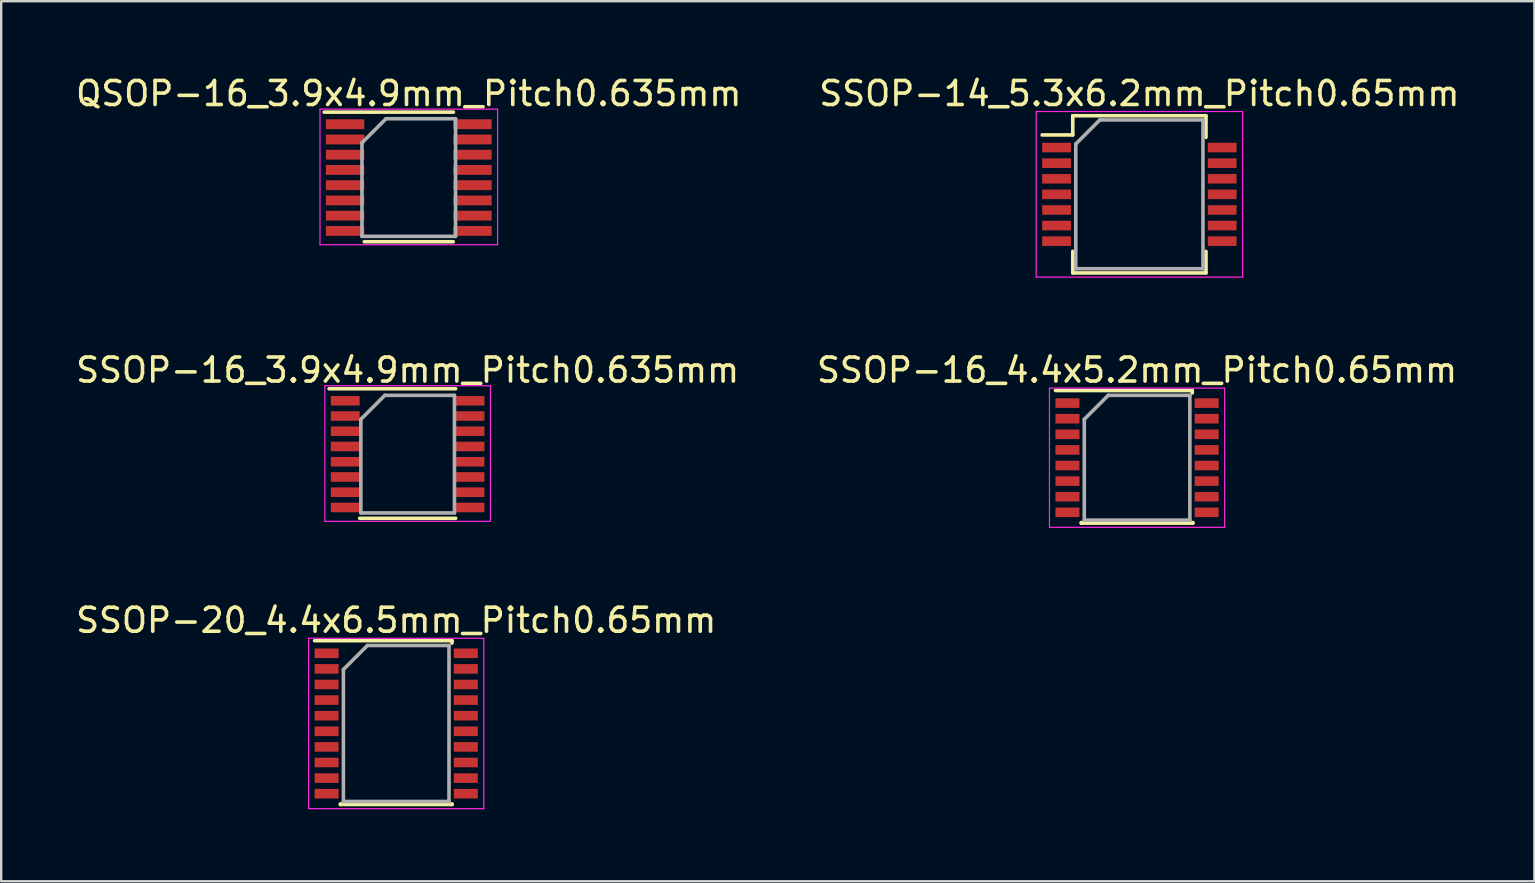
<source format=kicad_pcb>
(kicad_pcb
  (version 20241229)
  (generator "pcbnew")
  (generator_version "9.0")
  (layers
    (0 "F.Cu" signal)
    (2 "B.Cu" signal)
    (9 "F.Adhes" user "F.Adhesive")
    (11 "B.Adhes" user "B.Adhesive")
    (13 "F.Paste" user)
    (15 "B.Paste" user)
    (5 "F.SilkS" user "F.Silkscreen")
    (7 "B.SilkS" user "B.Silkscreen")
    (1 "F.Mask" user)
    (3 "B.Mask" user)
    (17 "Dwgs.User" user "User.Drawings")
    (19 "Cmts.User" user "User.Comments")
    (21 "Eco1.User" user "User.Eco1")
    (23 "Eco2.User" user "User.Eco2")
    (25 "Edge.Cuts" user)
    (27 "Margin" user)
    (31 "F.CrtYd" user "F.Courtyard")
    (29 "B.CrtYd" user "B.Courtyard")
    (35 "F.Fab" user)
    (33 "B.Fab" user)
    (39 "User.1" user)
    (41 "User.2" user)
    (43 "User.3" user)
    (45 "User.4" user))
  (footprint "SSOP-20_4.4x6.5mm_Pitch0.65mm"
    (layer "F.Cu")
    (at 13.458 27.095)
    (property "Reference" "SSOP-20_4.4x6.5mm_Pitch0.65mm" (at 0 -4.3 0) (layer "F.SilkS") (effects (font (size 1 1) (thickness 0.15))))
    (attr smd)
    (fp_line (start -3.4 -3.45) (end 2.325 -3.45) (stroke (width 0.15) (type solid)) (layer "F.SilkS"))
    (fp_line (start -2.325 3.375) (end -2.325 3.35) (stroke (width 0.15) (type solid)) (layer "F.SilkS"))
    (fp_line (start -2.325 3.375) (end 2.325 3.375) (stroke (width 0.15) (type solid)) (layer "F.SilkS"))
    (fp_line (start 2.325 -3.45) (end 2.325 -3.35) (stroke (width 0.15) (type solid)) (layer "F.SilkS"))
    (fp_line (start 2.325 3.375) (end 2.325 3.35) (stroke (width 0.15) (type solid)) (layer "F.SilkS"))
    (fp_line (start -3.65 -3.55) (end -3.65 3.55) (stroke (width 0.05) (type solid)) (layer "F.CrtYd"))
    (fp_line (start -3.65 -3.55) (end 3.65 -3.55) (stroke (width 0.05) (type solid)) (layer "F.CrtYd"))
    (fp_line (start -3.65 3.55) (end 3.65 3.55) (stroke (width 0.05) (type solid)) (layer "F.CrtYd"))
    (fp_line (start 3.65 -3.55) (end 3.65 3.55) (stroke (width 0.05) (type solid)) (layer "F.CrtYd"))
    (fp_line (start -2.2 -2.25) (end -1.2 -3.25) (stroke (width 0.15) (type solid)) (layer "F.Fab"))
    (fp_line (start -2.2 3.25) (end -2.2 -2.25) (stroke (width 0.15) (type solid)) (layer "F.Fab"))
    (fp_line (start -1.2 -3.25) (end 2.2 -3.25) (stroke (width 0.15) (type solid)) (layer "F.Fab"))
    (fp_line (start 2.2 -3.25) (end 2.2 3.25) (stroke (width 0.15) (type solid)) (layer "F.Fab"))
    (fp_line (start 2.2 3.25) (end -2.2 3.25) (stroke (width 0.15) (type solid)) (layer "F.Fab"))
    (pad "1" smd rect (at -2.9 -2.925) (size 1 0.4) (layers "F.Cu" "F.Mask" "F.Paste"))
    (pad "2" smd rect (at -2.9 -2.275) (size 1 0.4) (layers "F.Cu" "F.Mask" "F.Paste"))
    (pad "3" smd rect (at -2.9 -1.625) (size 1 0.4) (layers "F.Cu" "F.Mask" "F.Paste"))
    (pad "4" smd rect (at -2.9 -0.975) (size 1 0.4) (layers "F.Cu" "F.Mask" "F.Paste"))
    (pad "5" smd rect (at -2.9 -0.325) (size 1 0.4) (layers "F.Cu" "F.Mask" "F.Paste"))
    (pad "6" smd rect (at -2.9 0.325) (size 1 0.4) (layers "F.Cu" "F.Mask" "F.Paste"))
    (pad "7" smd rect (at -2.9 0.975) (size 1 0.4) (layers "F.Cu" "F.Mask" "F.Paste"))
    (pad "8" smd rect (at -2.9 1.625) (size 1 0.4) (layers "F.Cu" "F.Mask" "F.Paste"))
    (pad "9" smd rect (at -2.9 2.275) (size 1 0.4) (layers "F.Cu" "F.Mask" "F.Paste"))
    (pad "10" smd rect (at -2.9 2.925) (size 1 0.4) (layers "F.Cu" "F.Mask" "F.Paste"))
    (pad "11" smd rect (at 2.9 2.925) (size 1 0.4) (layers "F.Cu" "F.Mask" "F.Paste"))
    (pad "12" smd rect (at 2.9 2.275) (size 1 0.4) (layers "F.Cu" "F.Mask" "F.Paste"))
    (pad "13" smd rect (at 2.9 1.625) (size 1 0.4) (layers "F.Cu" "F.Mask" "F.Paste"))
    (pad "14" smd rect (at 2.9 0.975) (size 1 0.4) (layers "F.Cu" "F.Mask" "F.Paste"))
    (pad "15" smd rect (at 2.9 0.325) (size 1 0.4) (layers "F.Cu" "F.Mask" "F.Paste"))
    (pad "16" smd rect (at 2.9 -0.325) (size 1 0.4) (layers "F.Cu" "F.Mask" "F.Paste"))
    (pad "17" smd rect (at 2.9 -0.975) (size 1 0.4) (layers "F.Cu" "F.Mask" "F.Paste"))
    (pad "18" smd rect (at 2.9 -1.625) (size 1 0.4) (layers "F.Cu" "F.Mask" "F.Paste"))
    (pad "19" smd rect (at 2.9 -2.275) (size 1 0.4) (layers "F.Cu" "F.Mask" "F.Paste"))
    (pad "20" smd rect (at 2.9 -2.925) (size 1 0.4) (layers "F.Cu" "F.Mask" "F.Paste")))
  (footprint "SSOP-14_5.3x6.2mm_Pitch0.65mm"
    (layer "F.Cu")
    (at 44.423 5.048)
    (property "Reference" "SSOP-14_5.3x6.2mm_Pitch0.65mm" (at 0 -4.2 0) (layer "F.SilkS") (effects (font (size 1 1) (thickness 0.15))))
    (attr smd)
    (fp_line (start -2.775 -3.275) (end -2.775 -2.475) (stroke (width 0.15) (type solid)) (layer "F.SilkS"))
    (fp_line (start -2.775 -3.275) (end 2.775 -3.275) (stroke (width 0.15) (type solid)) (layer "F.SilkS"))
    (fp_line (start -2.775 -2.475) (end -4.05 -2.475) (stroke (width 0.15) (type solid)) (layer "F.SilkS"))
    (fp_line (start -2.775 3.275) (end -2.775 2.375) (stroke (width 0.15) (type solid)) (layer "F.SilkS"))
    (fp_line (start -2.775 3.275) (end 2.775 3.275) (stroke (width 0.15) (type solid)) (layer "F.SilkS"))
    (fp_line (start 2.775 -3.275) (end 2.775 -2.375) (stroke (width 0.15) (type solid)) (layer "F.SilkS"))
    (fp_line (start 2.775 3.275) (end 2.775 2.375) (stroke (width 0.15) (type solid)) (layer "F.SilkS"))
    (fp_line (start -4.3 -3.45) (end -4.3 3.45) (stroke (width 0.05) (type solid)) (layer "F.CrtYd"))
    (fp_line (start -4.3 -3.45) (end 4.3 -3.45) (stroke (width 0.05) (type solid)) (layer "F.CrtYd"))
    (fp_line (start -4.3 3.45) (end 4.3 3.45) (stroke (width 0.05) (type solid)) (layer "F.CrtYd"))
    (fp_line (start 4.3 -3.45) (end 4.3 3.45) (stroke (width 0.05) (type solid)) (layer "F.CrtYd"))
    (fp_line (start -2.65 -2.1) (end -1.65 -3.1) (stroke (width 0.15) (type solid)) (layer "F.Fab"))
    (fp_line (start -2.65 3.1) (end -2.65 -2.1) (stroke (width 0.15) (type solid)) (layer "F.Fab"))
    (fp_line (start -1.65 -3.1) (end 2.65 -3.1) (stroke (width 0.15) (type solid)) (layer "F.Fab"))
    (fp_line (start 2.65 -3.1) (end 2.65 3.1) (stroke (width 0.15) (type solid)) (layer "F.Fab"))
    (fp_line (start 2.65 3.1) (end -2.65 3.1) (stroke (width 0.15) (type solid)) (layer "F.Fab"))
    (pad "1" smd rect (at -3.45 -1.95) (size 1.2 0.4) (layers "F.Cu" "F.Mask" "F.Paste"))
    (pad "2" smd rect (at -3.45 -1.3) (size 1.2 0.4) (layers "F.Cu" "F.Mask" "F.Paste"))
    (pad "3" smd rect (at -3.45 -0.65) (size 1.2 0.4) (layers "F.Cu" "F.Mask" "F.Paste"))
    (pad "4" smd rect (at -3.45 0) (size 1.2 0.4) (layers "F.Cu" "F.Mask" "F.Paste"))
    (pad "5" smd rect (at -3.45 0.65) (size 1.2 0.4) (layers "F.Cu" "F.Mask" "F.Paste"))
    (pad "6" smd rect (at -3.45 1.3) (size 1.2 0.4) (layers "F.Cu" "F.Mask" "F.Paste"))
    (pad "7" smd rect (at -3.45 1.95) (size 1.2 0.4) (layers "F.Cu" "F.Mask" "F.Paste"))
    (pad "8" smd rect (at 3.45 1.95) (size 1.2 0.4) (layers "F.Cu" "F.Mask" "F.Paste"))
    (pad "9" smd rect (at 3.45 1.3) (size 1.2 0.4) (layers "F.Cu" "F.Mask" "F.Paste"))
    (pad "10" smd rect (at 3.45 0.65) (size 1.2 0.4) (layers "F.Cu" "F.Mask" "F.Paste"))
    (pad "11" smd rect (at 3.45 0) (size 1.2 0.4) (layers "F.Cu" "F.Mask" "F.Paste"))
    (pad "12" smd rect (at 3.45 -0.65) (size 1.2 0.4) (layers "F.Cu" "F.Mask" "F.Paste"))
    (pad "13" smd rect (at 3.45 -1.3) (size 1.2 0.4) (layers "F.Cu" "F.Mask" "F.Paste"))
    (pad "14" smd rect (at 3.45 -1.95) (size 1.2 0.4) (layers "F.Cu" "F.Mask" "F.Paste")))
  (footprint "QSOP-16_3.9x4.9mm_Pitch0.635mm"
    (layer "F.Cu")
    (at 13.982 4.348)
    (property "Reference" "QSOP-16_3.9x4.9mm_Pitch0.635mm" (at 0 -3.5 0) (layer "F.SilkS") (effects (font (size 1 1) (thickness 0.15))))
    (attr smd)
    (fp_line (start -3.525 -2.725) (end 1.859 -2.725) (stroke (width 0.15) (type solid)) (layer "F.SilkS"))
    (fp_line (start -1.854 2.675) (end 1.854 2.675) (stroke (width 0.15) (type solid)) (layer "F.SilkS"))
    (fp_line (start -3.7 -2.85) (end -3.7 2.8) (stroke (width 0.05) (type solid)) (layer "F.CrtYd"))
    (fp_line (start -3.7 -2.85) (end 3.7 -2.85) (stroke (width 0.05) (type solid)) (layer "F.CrtYd"))
    (fp_line (start -3.7 2.8) (end 3.7 2.8) (stroke (width 0.05) (type solid)) (layer "F.CrtYd"))
    (fp_line (start 3.7 -2.85) (end 3.7 2.8) (stroke (width 0.05) (type solid)) (layer "F.CrtYd"))
    (fp_line (start -1.95 -1.45) (end -0.95 -2.45) (stroke (width 0.15) (type solid)) (layer "F.Fab"))
    (fp_line (start -1.95 2.45) (end -1.95 -1.45) (stroke (width 0.15) (type solid)) (layer "F.Fab"))
    (fp_line (start -0.95 -2.45) (end 1.95 -2.45) (stroke (width 0.15) (type solid)) (layer "F.Fab"))
    (fp_line (start 1.95 -2.45) (end 1.95 2.45) (stroke (width 0.15) (type solid)) (layer "F.Fab"))
    (fp_line (start 1.95 2.45) (end -1.95 2.45) (stroke (width 0.15) (type solid)) (layer "F.Fab"))
    (pad "1" smd rect (at -2.654 -2.223) (size 1.6 0.41) (layers "F.Cu" "F.Mask" "F.Paste"))
    (pad "2" smd rect (at -2.654 -1.587) (size 1.6 0.41) (layers "F.Cu" "F.Mask" "F.Paste"))
    (pad "3" smd rect (at -2.654 -0.953) (size 1.6 0.41) (layers "F.Cu" "F.Mask" "F.Paste"))
    (pad "4" smd rect (at -2.654 -0.318) (size 1.6 0.41) (layers "F.Cu" "F.Mask" "F.Paste"))
    (pad "5" smd rect (at -2.654 0.318) (size 1.6 0.41) (layers "F.Cu" "F.Mask" "F.Paste"))
    (pad "6" smd rect (at -2.654 0.953) (size 1.6 0.41) (layers "F.Cu" "F.Mask" "F.Paste"))
    (pad "7" smd rect (at -2.654 1.587) (size 1.6 0.41) (layers "F.Cu" "F.Mask" "F.Paste"))
    (pad "8" smd rect (at -2.654 2.223) (size 1.6 0.41) (layers "F.Cu" "F.Mask" "F.Paste"))
    (pad "9" smd rect (at 2.654 2.223) (size 1.6 0.41) (layers "F.Cu" "F.Mask" "F.Paste"))
    (pad "10" smd rect (at 2.654 1.587) (size 1.6 0.41) (layers "F.Cu" "F.Mask" "F.Paste"))
    (pad "11" smd rect (at 2.654 0.953) (size 1.6 0.41) (layers "F.Cu" "F.Mask" "F.Paste"))
    (pad "12" smd rect (at 2.654 0.318) (size 1.6 0.41) (layers "F.Cu" "F.Mask" "F.Paste"))
    (pad "13" smd rect (at 2.654 -0.318) (size 1.6 0.41) (layers "F.Cu" "F.Mask" "F.Paste"))
    (pad "14" smd rect (at 2.654 -0.953) (size 1.6 0.41) (layers "F.Cu" "F.Mask" "F.Paste"))
    (pad "15" smd rect (at 2.654 -1.587) (size 1.6 0.41) (layers "F.Cu" "F.Mask" "F.Paste"))
    (pad "16" smd rect (at 2.654 -2.223) (size 1.6 0.41) (layers "F.Cu" "F.Mask" "F.Paste")))
  (footprint "SSOP-16_3.9x4.9mm_Pitch0.635mm"
    (layer "F.Cu")
    (at 13.935 15.871)
    (property "Reference" "SSOP-16_3.9x4.9mm_Pitch0.635mm" (at 0 -3.5 0) (layer "F.SilkS") (effects (font (size 1 1) (thickness 0.15))))
    (attr smd)
    (fp_line (start -3.275 -2.725) (end 2 -2.725) (stroke (width 0.15) (type solid)) (layer "F.SilkS"))
    (fp_line (start -2 2.675) (end 2 2.675) (stroke (width 0.15) (type solid)) (layer "F.SilkS"))
    (fp_line (start -3.45 -2.85) (end -3.45 2.8) (stroke (width 0.05) (type solid)) (layer "F.CrtYd"))
    (fp_line (start -3.45 -2.85) (end 3.45 -2.85) (stroke (width 0.05) (type solid)) (layer "F.CrtYd"))
    (fp_line (start -3.45 2.8) (end 3.45 2.8) (stroke (width 0.05) (type solid)) (layer "F.CrtYd"))
    (fp_line (start 3.45 -2.85) (end 3.45 2.8) (stroke (width 0.05) (type solid)) (layer "F.CrtYd"))
    (fp_line (start -1.95 -1.45) (end -0.95 -2.45) (stroke (width 0.15) (type solid)) (layer "F.Fab"))
    (fp_line (start -1.95 2.45) (end -1.95 -1.45) (stroke (width 0.15) (type solid)) (layer "F.Fab"))
    (fp_line (start -0.95 -2.45) (end 1.95 -2.45) (stroke (width 0.15) (type solid)) (layer "F.Fab"))
    (fp_line (start 1.95 -2.45) (end 1.95 2.45) (stroke (width 0.15) (type solid)) (layer "F.Fab"))
    (fp_line (start 1.95 2.45) (end -1.95 2.45) (stroke (width 0.15) (type solid)) (layer "F.Fab"))
    (pad "1" smd rect (at -2.6 -2.223) (size 1.2 0.4) (layers "F.Cu" "F.Mask" "F.Paste"))
    (pad "2" smd rect (at -2.6 -1.587) (size 1.2 0.4) (layers "F.Cu" "F.Mask" "F.Paste"))
    (pad "3" smd rect (at -2.6 -0.953) (size 1.2 0.4) (layers "F.Cu" "F.Mask" "F.Paste"))
    (pad "4" smd rect (at -2.6 -0.318) (size 1.2 0.4) (layers "F.Cu" "F.Mask" "F.Paste"))
    (pad "5" smd rect (at -2.6 0.318) (size 1.2 0.4) (layers "F.Cu" "F.Mask" "F.Paste"))
    (pad "6" smd rect (at -2.6 0.953) (size 1.2 0.4) (layers "F.Cu" "F.Mask" "F.Paste"))
    (pad "7" smd rect (at -2.6 1.587) (size 1.2 0.4) (layers "F.Cu" "F.Mask" "F.Paste"))
    (pad "8" smd rect (at -2.6 2.223) (size 1.2 0.4) (layers "F.Cu" "F.Mask" "F.Paste"))
    (pad "9" smd rect (at 2.6 2.223) (size 1.2 0.4) (layers "F.Cu" "F.Mask" "F.Paste"))
    (pad "10" smd rect (at 2.6 1.587) (size 1.2 0.4) (layers "F.Cu" "F.Mask" "F.Paste"))
    (pad "11" smd rect (at 2.6 0.953) (size 1.2 0.4) (layers "F.Cu" "F.Mask" "F.Paste"))
    (pad "12" smd rect (at 2.6 0.318) (size 1.2 0.4) (layers "F.Cu" "F.Mask" "F.Paste"))
    (pad "13" smd rect (at 2.6 -0.318) (size 1.2 0.4) (layers "F.Cu" "F.Mask" "F.Paste"))
    (pad "14" smd rect (at 2.6 -0.953) (size 1.2 0.4) (layers "F.Cu" "F.Mask" "F.Paste"))
    (pad "15" smd rect (at 2.6 -1.587) (size 1.2 0.4) (layers "F.Cu" "F.Mask" "F.Paste"))
    (pad "16" smd rect (at 2.6 -2.223) (size 1.2 0.4) (layers "F.Cu" "F.Mask" "F.Paste")))
  (footprint "SSOP-16_4.4x5.2mm_Pitch0.65mm"
    (layer "F.Cu")
    (at 44.327 16.021)
    (property "Reference" "SSOP-16_4.4x5.2mm_Pitch0.65mm" (at 0 -3.65 0) (layer "F.SilkS") (effects (font (size 1 1) (thickness 0.15))))
    (attr smd)
    (fp_line (start -3.4 -2.8) (end 2.3 -2.8) (stroke (width 0.15) (type solid)) (layer "F.SilkS"))
    (fp_line (start -2.325 2.725) (end -2.325 2.7) (stroke (width 0.15) (type solid)) (layer "F.SilkS"))
    (fp_line (start -2.325 2.725) (end 2.325 2.725) (stroke (width 0.15) (type solid)) (layer "F.SilkS"))
    (fp_line (start 2.3 -2.8) (end 2.3 -2.7) (stroke (width 0.15) (type solid)) (layer "F.SilkS"))
    (fp_line (start 2.325 2.725) (end 2.325 2.7) (stroke (width 0.15) (type solid)) (layer "F.SilkS"))
    (fp_line (start -3.65 -2.9) (end -3.65 2.9) (stroke (width 0.05) (type solid)) (layer "F.CrtYd"))
    (fp_line (start -3.65 -2.9) (end 3.65 -2.9) (stroke (width 0.05) (type solid)) (layer "F.CrtYd"))
    (fp_line (start -3.65 2.9) (end 3.65 2.9) (stroke (width 0.05) (type solid)) (layer "F.CrtYd"))
    (fp_line (start 3.65 -2.9) (end 3.65 2.9) (stroke (width 0.05) (type solid)) (layer "F.CrtYd"))
    (fp_line (start -2.2 -1.6) (end -1.2 -2.6) (stroke (width 0.15) (type solid)) (layer "F.Fab"))
    (fp_line (start -2.2 2.6) (end -2.2 -1.6) (stroke (width 0.15) (type solid)) (layer "F.Fab"))
    (fp_line (start -1.2 -2.6) (end 2.2 -2.6) (stroke (width 0.15) (type solid)) (layer "F.Fab"))
    (fp_line (start 2.2 -2.6) (end 2.2 2.6) (stroke (width 0.15) (type solid)) (layer "F.Fab"))
    (fp_line (start 2.2 2.6) (end -2.2 2.6) (stroke (width 0.15) (type solid)) (layer "F.Fab"))
    (pad "1" smd rect (at -2.9 -2.275) (size 1 0.4) (layers "F.Cu" "F.Mask" "F.Paste"))
    (pad "2" smd rect (at -2.9 -1.625) (size 1 0.4) (layers "F.Cu" "F.Mask" "F.Paste"))
    (pad "3" smd rect (at -2.9 -0.975) (size 1 0.4) (layers "F.Cu" "F.Mask" "F.Paste"))
    (pad "4" smd rect (at -2.9 -0.325) (size 1 0.4) (layers "F.Cu" "F.Mask" "F.Paste"))
    (pad "5" smd rect (at -2.9 0.325) (size 1 0.4) (layers "F.Cu" "F.Mask" "F.Paste"))
    (pad "6" smd rect (at -2.9 0.975) (size 1 0.4) (layers "F.Cu" "F.Mask" "F.Paste"))
    (pad "7" smd rect (at -2.9 1.625) (size 1 0.4) (layers "F.Cu" "F.Mask" "F.Paste"))
    (pad "8" smd rect (at -2.9 2.275) (size 1 0.4) (layers "F.Cu" "F.Mask" "F.Paste"))
    (pad "9" smd rect (at 2.9 2.275) (size 1 0.4) (layers "F.Cu" "F.Mask" "F.Paste"))
    (pad "10" smd rect (at 2.9 1.625) (size 1 0.4) (layers "F.Cu" "F.Mask" "F.Paste"))
    (pad "11" smd rect (at 2.9 0.975) (size 1 0.4) (layers "F.Cu" "F.Mask" "F.Paste"))
    (pad "12" smd rect (at 2.9 0.325) (size 1 0.4) (layers "F.Cu" "F.Mask" "F.Paste"))
    (pad "13" smd rect (at 2.9 -0.325) (size 1 0.4) (layers "F.Cu" "F.Mask" "F.Paste"))
    (pad "14" smd rect (at 2.9 -0.975) (size 1 0.4) (layers "F.Cu" "F.Mask" "F.Paste"))
    (pad "15" smd rect (at 2.9 -1.625) (size 1 0.4) (layers "F.Cu" "F.Mask" "F.Paste"))
    (pad "16" smd rect (at 2.9 -2.275) (size 1 0.4) (layers "F.Cu" "F.Mask" "F.Paste")))
  (gr_rect
    (start -3 -3)
    (end 60.881 33.67)
    (stroke (width 0.1) (type default))
    (fill no)
    (layer "Edge.Cuts")))
</source>
